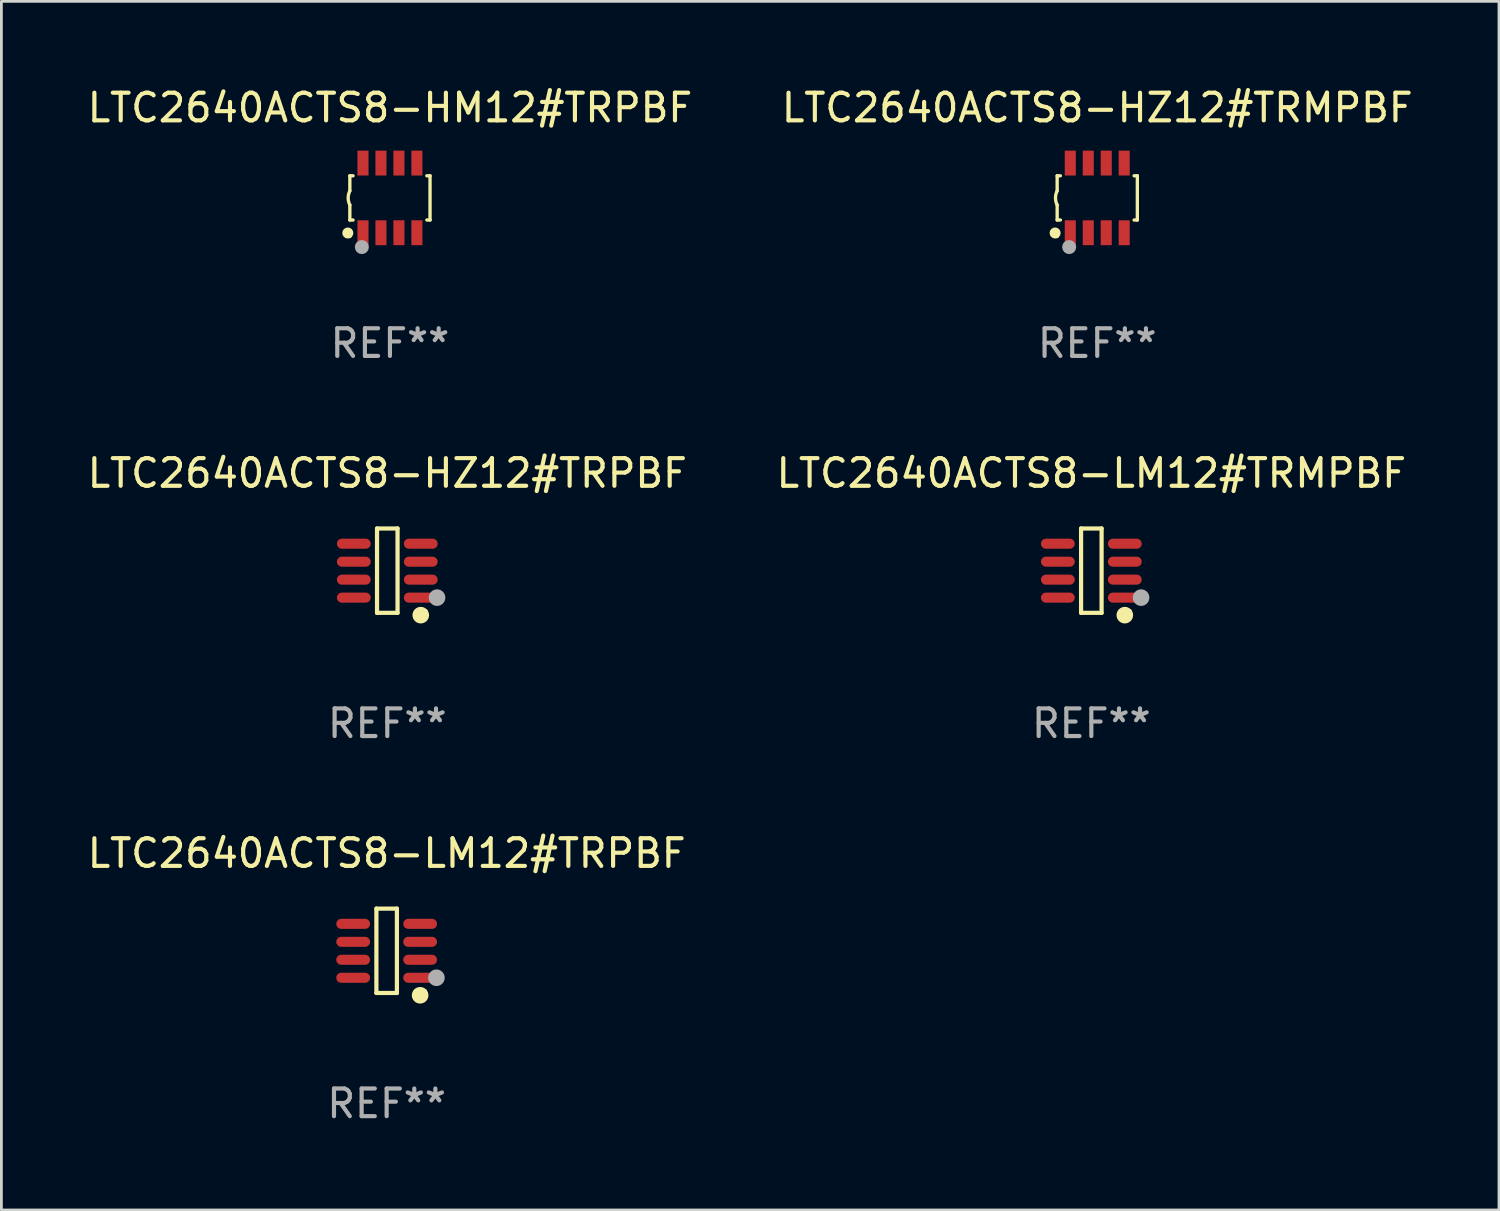
<source format=kicad_pcb>
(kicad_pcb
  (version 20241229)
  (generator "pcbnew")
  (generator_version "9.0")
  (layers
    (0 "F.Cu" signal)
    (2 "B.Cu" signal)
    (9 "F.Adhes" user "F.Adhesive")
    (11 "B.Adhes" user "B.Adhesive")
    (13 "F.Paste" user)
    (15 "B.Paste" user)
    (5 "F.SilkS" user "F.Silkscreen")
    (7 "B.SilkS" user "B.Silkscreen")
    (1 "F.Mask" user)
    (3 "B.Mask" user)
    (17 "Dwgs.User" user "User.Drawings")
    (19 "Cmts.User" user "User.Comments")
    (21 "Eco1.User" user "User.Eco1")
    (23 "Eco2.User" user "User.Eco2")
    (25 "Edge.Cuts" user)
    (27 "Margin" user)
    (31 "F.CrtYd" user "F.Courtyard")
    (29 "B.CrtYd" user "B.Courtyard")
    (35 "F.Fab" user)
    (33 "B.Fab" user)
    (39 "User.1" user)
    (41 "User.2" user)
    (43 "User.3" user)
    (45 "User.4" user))
  (footprint "LTC2640ACTS8-HZ12#TRPBF"
    (layer "F.Cu")
    (at 10.958 17.591)
    (property "Reference" "LTC2640ACTS8-HZ12#TRPBF" (at 0 -3.526 0) (layer "F.SilkS") (effects (font (size 1 1) (thickness 0.15))))
    (attr through_hole)
    (fp_line (start -0.371 -1.526) (end 0.371 -1.526) (stroke (width 0.152) (type solid)) (layer "F.SilkS"))
    (fp_line (start -0.371 1.526) (end -0.371 -1.526) (stroke (width 0.152) (type solid)) (layer "F.SilkS"))
    (fp_line (start 0.371 -1.526) (end 0.371 1.526) (stroke (width 0.152) (type solid)) (layer "F.SilkS"))
    (fp_line (start 0.371 1.526) (end -0.371 1.526) (stroke (width 0.152) (type solid)) (layer "F.SilkS"))
    (fp_circle (center 1.211 1.609) (end 1.361 1.609) (stroke (width 0.3) (type solid)) (fill no) (layer "F.SilkS"))
    (fp_circle (center 1.4 1.45) (end 1.43 1.45) (stroke (width 0.06) (type solid)) (fill no) (layer "F.SilkS"))
    (fp_circle (center 1.8 0.975) (end 1.95 0.975) (stroke (width 0.3) (type solid)) (fill no) (layer "F.Fab"))
    (fp_text user "REF**" (at 0 5.526 0) (layer "F.Fab") (effects (font (size 1 1) (thickness 0.15))))
    (pad "1" smd oval (at 1.211 0.975) (size 1.222 0.364) (layers "F.Cu" "F.Mask" "F.Paste"))
    (pad "2" smd oval (at 1.211 0.325) (size 1.222 0.364) (layers "F.Cu" "F.Mask" "F.Paste"))
    (pad "3" smd oval (at 1.211 -0.325) (size 1.222 0.364) (layers "F.Cu" "F.Mask" "F.Paste"))
    (pad "4" smd oval (at 1.211 -0.975) (size 1.222 0.364) (layers "F.Cu" "F.Mask" "F.Paste"))
    (pad "5" smd oval (at -1.211 -0.975) (size 1.222 0.364) (layers "F.Cu" "F.Mask" "F.Paste"))
    (pad "6" smd oval (at -1.211 -0.325) (size 1.222 0.364) (layers "F.Cu" "F.Mask" "F.Paste"))
    (pad "7" smd oval (at -1.211 0.325) (size 1.222 0.364) (layers "F.Cu" "F.Mask" "F.Paste"))
    (pad "8" smd oval (at -1.211 0.975) (size 1.222 0.364) (layers "F.Cu" "F.Mask" "F.Paste")))
  (footprint "LTC2640ACTS8-LM12#TRPBF"
    (layer "F.Cu")
    (at 10.935 31.34)
    (property "Reference" "LTC2640ACTS8-LM12#TRPBF" (at 0 -3.526 0) (layer "F.SilkS") (effects (font (size 1 1) (thickness 0.15))))
    (attr through_hole)
    (fp_line (start -0.371 -1.526) (end 0.371 -1.526) (stroke (width 0.152) (type solid)) (layer "F.SilkS"))
    (fp_line (start -0.371 1.526) (end -0.371 -1.526) (stroke (width 0.152) (type solid)) (layer "F.SilkS"))
    (fp_line (start 0.371 -1.526) (end 0.371 1.526) (stroke (width 0.152) (type solid)) (layer "F.SilkS"))
    (fp_line (start 0.371 1.526) (end -0.371 1.526) (stroke (width 0.152) (type solid)) (layer "F.SilkS"))
    (fp_circle (center 1.211 1.609) (end 1.361 1.609) (stroke (width 0.3) (type solid)) (fill no) (layer "F.SilkS"))
    (fp_circle (center 1.4 1.45) (end 1.43 1.45) (stroke (width 0.06) (type solid)) (fill no) (layer "F.SilkS"))
    (fp_circle (center 1.8 0.975) (end 1.95 0.975) (stroke (width 0.3) (type solid)) (fill no) (layer "F.Fab"))
    (fp_text user "REF**" (at 0 5.526 0) (layer "F.Fab") (effects (font (size 1 1) (thickness 0.15))))
    (pad "1" smd oval (at 1.211 0.975) (size 1.222 0.364) (layers "F.Cu" "F.Mask" "F.Paste"))
    (pad "2" smd oval (at 1.211 0.325) (size 1.222 0.364) (layers "F.Cu" "F.Mask" "F.Paste"))
    (pad "3" smd oval (at 1.211 -0.325) (size 1.222 0.364) (layers "F.Cu" "F.Mask" "F.Paste"))
    (pad "4" smd oval (at 1.211 -0.975) (size 1.222 0.364) (layers "F.Cu" "F.Mask" "F.Paste"))
    (pad "5" smd oval (at -1.211 -0.975) (size 1.222 0.364) (layers "F.Cu" "F.Mask" "F.Paste"))
    (pad "6" smd oval (at -1.211 -0.325) (size 1.222 0.364) (layers "F.Cu" "F.Mask" "F.Paste"))
    (pad "7" smd oval (at -1.211 0.325) (size 1.222 0.364) (layers "F.Cu" "F.Mask" "F.Paste"))
    (pad "8" smd oval (at -1.211 0.975) (size 1.222 0.364) (layers "F.Cu" "F.Mask" "F.Paste")))
  (footprint "LTC2640ACTS8-LM12#TRMPBF"
    (layer "F.Cu")
    (at 36.423 17.591)
    (property "Reference" "LTC2640ACTS8-LM12#TRMPBF" (at 0 -3.526 0) (layer "F.SilkS") (effects (font (size 1 1) (thickness 0.15))))
    (attr through_hole)
    (fp_line (start -0.371 -1.526) (end 0.371 -1.526) (stroke (width 0.152) (type solid)) (layer "F.SilkS"))
    (fp_line (start -0.371 1.526) (end -0.371 -1.526) (stroke (width 0.152) (type solid)) (layer "F.SilkS"))
    (fp_line (start 0.371 -1.526) (end 0.371 1.526) (stroke (width 0.152) (type solid)) (layer "F.SilkS"))
    (fp_line (start 0.371 1.526) (end -0.371 1.526) (stroke (width 0.152) (type solid)) (layer "F.SilkS"))
    (fp_circle (center 1.211 1.609) (end 1.361 1.609) (stroke (width 0.3) (type solid)) (fill no) (layer "F.SilkS"))
    (fp_circle (center 1.4 1.45) (end 1.43 1.45) (stroke (width 0.06) (type solid)) (fill no) (layer "F.SilkS"))
    (fp_circle (center 1.8 0.975) (end 1.95 0.975) (stroke (width 0.3) (type solid)) (fill no) (layer "F.Fab"))
    (fp_text user "REF**" (at 0 5.526 0) (layer "F.Fab") (effects (font (size 1 1) (thickness 0.15))))
    (pad "1" smd oval (at 1.211 0.975) (size 1.222 0.364) (layers "F.Cu" "F.Mask" "F.Paste"))
    (pad "2" smd oval (at 1.211 0.325) (size 1.222 0.364) (layers "F.Cu" "F.Mask" "F.Paste"))
    (pad "3" smd oval (at 1.211 -0.325) (size 1.222 0.364) (layers "F.Cu" "F.Mask" "F.Paste"))
    (pad "4" smd oval (at 1.211 -0.975) (size 1.222 0.364) (layers "F.Cu" "F.Mask" "F.Paste"))
    (pad "5" smd oval (at -1.211 -0.975) (size 1.222 0.364) (layers "F.Cu" "F.Mask" "F.Paste"))
    (pad "6" smd oval (at -1.211 -0.325) (size 1.222 0.364) (layers "F.Cu" "F.Mask" "F.Paste"))
    (pad "7" smd oval (at -1.211 0.325) (size 1.222 0.364) (layers "F.Cu" "F.Mask" "F.Paste"))
    (pad "8" smd oval (at -1.211 0.975) (size 1.222 0.364) (layers "F.Cu" "F.Mask" "F.Paste")))
  (footprint "LTC2640ACTS8-HZ12#TRMPBF"
    (layer "F.Cu")
    (at 36.637 4.108)
    (property "Reference" "LTC2640ACTS8-HZ12#TRMPBF" (at 0 -3.26 0) (layer "F.SilkS") (effects (font (size 1 1) (thickness 0.15))))
    (attr through_hole)
    (fp_line (start -1.45 -0.8) (end -1.45 -0.254) (stroke (width 0.12) (type solid)) (layer "F.SilkS"))
    (fp_line (start -1.45 -0.8) (end -1.334 -0.8) (stroke (width 0.12) (type solid)) (layer "F.SilkS"))
    (fp_line (start -1.45 0.8) (end -1.45 0.254) (stroke (width 0.12) (type solid)) (layer "F.SilkS"))
    (fp_line (start -1.45 0.8) (end -1.334 0.8) (stroke (width 0.12) (type solid)) (layer "F.SilkS"))
    (fp_line (start 1.334 -0.8) (end 1.45 -0.8) (stroke (width 0.12) (type solid)) (layer "F.SilkS"))
    (fp_line (start 1.334 0.8) (end 1.45 0.8) (stroke (width 0.12) (type solid)) (layer "F.SilkS"))
    (fp_line (start 1.45 0.8) (end 1.45 -0.8) (stroke (width 0.12) (type solid)) (layer "F.SilkS"))
    (fp_arc (start -1.45075 0.255144) (mid -1.510605 0.000434) (end -1.450013 -0.254102) (stroke (width 0.11999) (type solid)) (layer "F.SilkS"))
    (fp_circle (center -1.524 1.27) (end -1.424 1.27) (stroke (width 0.2) (type solid)) (fill no) (layer "F.SilkS"))
    (fp_circle (center -1.45 1.4) (end -1.42 1.4) (stroke (width 0.06) (type solid)) (fill no) (layer "F.SilkS"))
    (fp_circle (center -1.016 1.778) (end -0.889 1.778) (stroke (width 0.254) (type solid)) (fill no) (layer "F.Fab"))
    (fp_text user "REF**" (at 0 5.26 0) (layer "F.Fab") (effects (font (size 1 1) (thickness 0.15))))
    (pad "1" smd rect (at -0.975 1.26) (size 0.4 0.9) (layers "F.Cu" "F.Mask" "F.Paste"))
    (pad "2" smd rect (at -0.325 1.26) (size 0.4 0.9) (layers "F.Cu" "F.Mask" "F.Paste"))
    (pad "3" smd rect (at 0.325 1.26) (size 0.4 0.9) (layers "F.Cu" "F.Mask" "F.Paste"))
    (pad "4" smd rect (at 0.975 1.26) (size 0.4 0.9) (layers "F.Cu" "F.Mask" "F.Paste"))
    (pad "5" smd rect (at 0.975 -1.26) (size 0.4 0.9) (layers "F.Cu" "F.Mask" "F.Paste"))
    (pad "6" smd rect (at 0.325 -1.26) (size 0.4 0.9) (layers "F.Cu" "F.Mask" "F.Paste"))
    (pad "7" smd rect (at -0.325 -1.26) (size 0.4 0.9) (layers "F.Cu" "F.Mask" "F.Paste"))
    (pad "8" smd rect (at -0.975 -1.26) (size 0.4 0.9) (layers "F.Cu" "F.Mask" "F.Paste")))
  (footprint "LTC2640ACTS8-HM12#TRPBF"
    (layer "F.Cu")
    (at 11.054 4.108)
    (property "Reference" "LTC2640ACTS8-HM12#TRPBF" (at 0 -3.26 0) (layer "F.SilkS") (effects (font (size 1 1) (thickness 0.15))))
    (attr through_hole)
    (fp_line (start -1.45 -0.8) (end -1.45 -0.254) (stroke (width 0.12) (type solid)) (layer "F.SilkS"))
    (fp_line (start -1.45 -0.8) (end -1.334 -0.8) (stroke (width 0.12) (type solid)) (layer "F.SilkS"))
    (fp_line (start -1.45 0.8) (end -1.45 0.254) (stroke (width 0.12) (type solid)) (layer "F.SilkS"))
    (fp_line (start -1.45 0.8) (end -1.334 0.8) (stroke (width 0.12) (type solid)) (layer "F.SilkS"))
    (fp_line (start 1.334 -0.8) (end 1.45 -0.8) (stroke (width 0.12) (type solid)) (layer "F.SilkS"))
    (fp_line (start 1.334 0.8) (end 1.45 0.8) (stroke (width 0.12) (type solid)) (layer "F.SilkS"))
    (fp_line (start 1.45 0.8) (end 1.45 -0.8) (stroke (width 0.12) (type solid)) (layer "F.SilkS"))
    (fp_arc (start -1.45075 0.255144) (mid -1.510605 0.000434) (end -1.450013 -0.254102) (stroke (width 0.11999) (type solid)) (layer "F.SilkS"))
    (fp_circle (center -1.524 1.27) (end -1.424 1.27) (stroke (width 0.2) (type solid)) (fill no) (layer "F.SilkS"))
    (fp_circle (center -1.45 1.4) (end -1.42 1.4) (stroke (width 0.06) (type solid)) (fill no) (layer "F.SilkS"))
    (fp_circle (center -1.016 1.778) (end -0.889 1.778) (stroke (width 0.254) (type solid)) (fill no) (layer "F.Fab"))
    (fp_text user "REF**" (at 0 5.26 0) (layer "F.Fab") (effects (font (size 1 1) (thickness 0.15))))
    (pad "1" smd rect (at -0.975 1.26) (size 0.4 0.9) (layers "F.Cu" "F.Mask" "F.Paste"))
    (pad "2" smd rect (at -0.325 1.26) (size 0.4 0.9) (layers "F.Cu" "F.Mask" "F.Paste"))
    (pad "3" smd rect (at 0.325 1.26) (size 0.4 0.9) (layers "F.Cu" "F.Mask" "F.Paste"))
    (pad "4" smd rect (at 0.975 1.26) (size 0.4 0.9) (layers "F.Cu" "F.Mask" "F.Paste"))
    (pad "5" smd rect (at 0.975 -1.26) (size 0.4 0.9) (layers "F.Cu" "F.Mask" "F.Paste"))
    (pad "6" smd rect (at 0.325 -1.26) (size 0.4 0.9) (layers "F.Cu" "F.Mask" "F.Paste"))
    (pad "7" smd rect (at -0.325 -1.26) (size 0.4 0.9) (layers "F.Cu" "F.Mask" "F.Paste"))
    (pad "8" smd rect (at -0.975 -1.26) (size 0.4 0.9) (layers "F.Cu" "F.Mask" "F.Paste")))
  (gr_rect
    (start -3 -3)
    (end 51.167 40.714)
    (stroke (width 0.1) (type default))
    (fill no)
    (layer "Edge.Cuts")))
</source>
